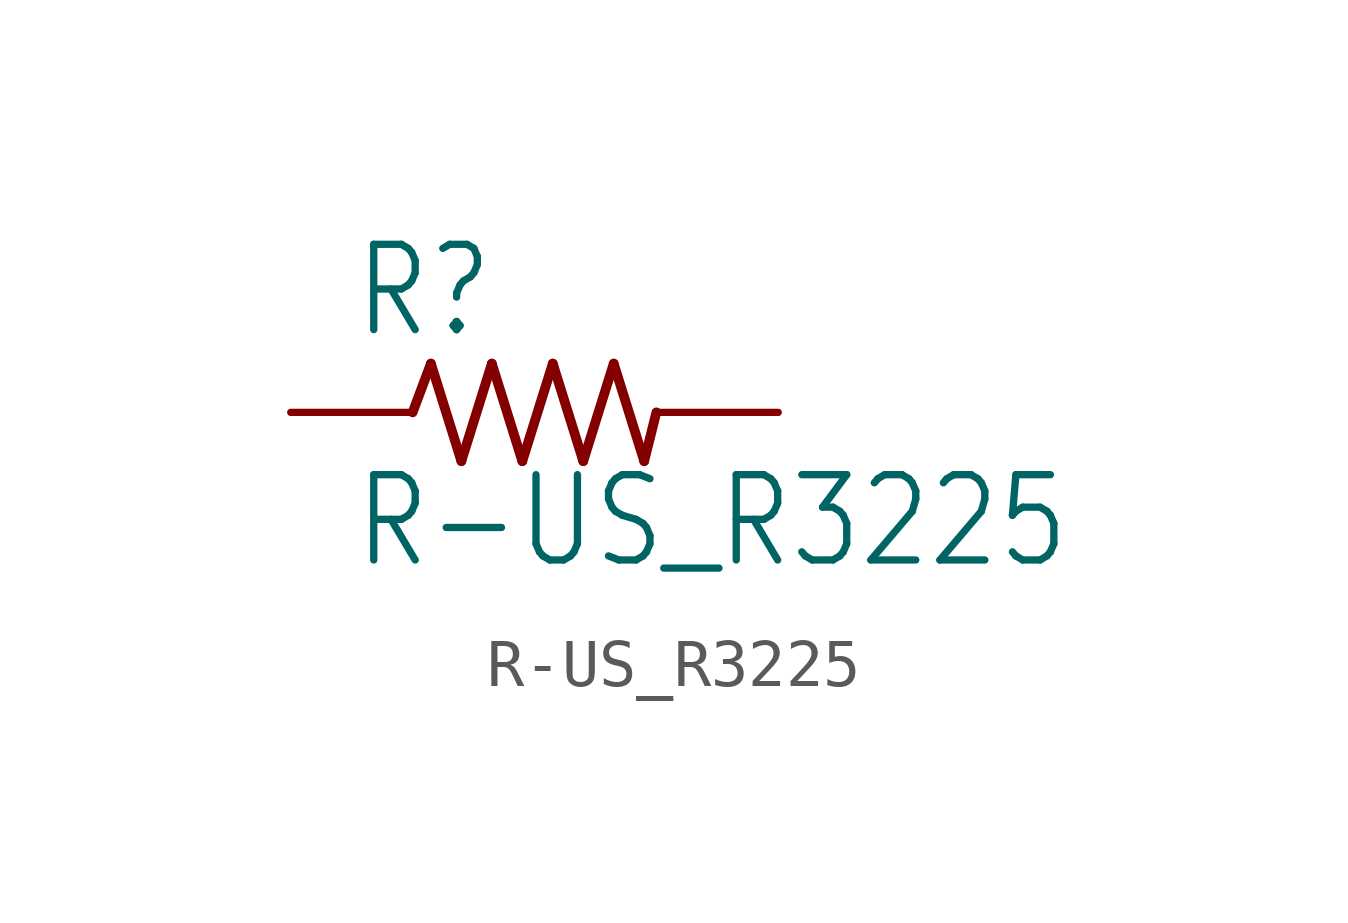
<source format=kicad_sym>
(kicad_symbol_lib
  (version 20201005)
  (generator kicad_symbol_editor)
  (symbol "R-US_R3225"
    (property "Reference" "R"
      (at -3.81 1.499 0)
      (effects (font (size 1.778 1.511)) (justify left bottom)))
    (property "Value" "R-US_R3225"
      (at -3.81 -3.302 0)
      (effects (font (size 1.778 1.511)) (justify left bottom)))
    (property "ki_locked" ""
      (at 0 0 0)
      (effects (font (size 1.27 1.27))))
    (symbol "R-US_R3225_1_0"
      (polyline (pts (xy -2.54 0) (xy -2.159 1.016)) (stroke (width 0.203)) (fill (type none)))
      (polyline (pts (xy -2.159 1.016) (xy -1.524 -1.016)) (stroke (width 0.203)) (fill (type none)))
      (polyline (pts (xy -1.524 -1.016) (xy -0.889 1.016)) (stroke (width 0.203)) (fill (type none)))
      (polyline (pts (xy -0.889 1.016) (xy -0.254 -1.016)) (stroke (width 0.203)) (fill (type none)))
      (polyline (pts (xy -0.254 -1.016) (xy 0.381 1.016)) (stroke (width 0.203)) (fill (type none)))
      (polyline (pts (xy 0.381 1.016) (xy 1.016 -1.016)) (stroke (width 0.203)) (fill (type none)))
      (polyline (pts (xy 1.016 -1.016) (xy 1.651 1.016)) (stroke (width 0.203)) (fill (type none)))
      (polyline (pts (xy 1.651 1.016) (xy 2.286 -1.016)) (stroke (width 0.203)) (fill (type none)))
      (polyline (pts (xy 2.286 -1.016) (xy 2.54 0)) (stroke (width 0.203)) (fill (type none)))
      (pin passive line (at 5.08 0 180) (length 2.54) (name "2" (effects (font (size 0 0)))) (number "2" (effects (font (size 0 0)))))
      (pin passive line (at -5.08 0 0) (length 2.54) (name "1" (effects (font (size 0 0)))) (number "1" (effects (font (size 0 0))))))))
</source>
